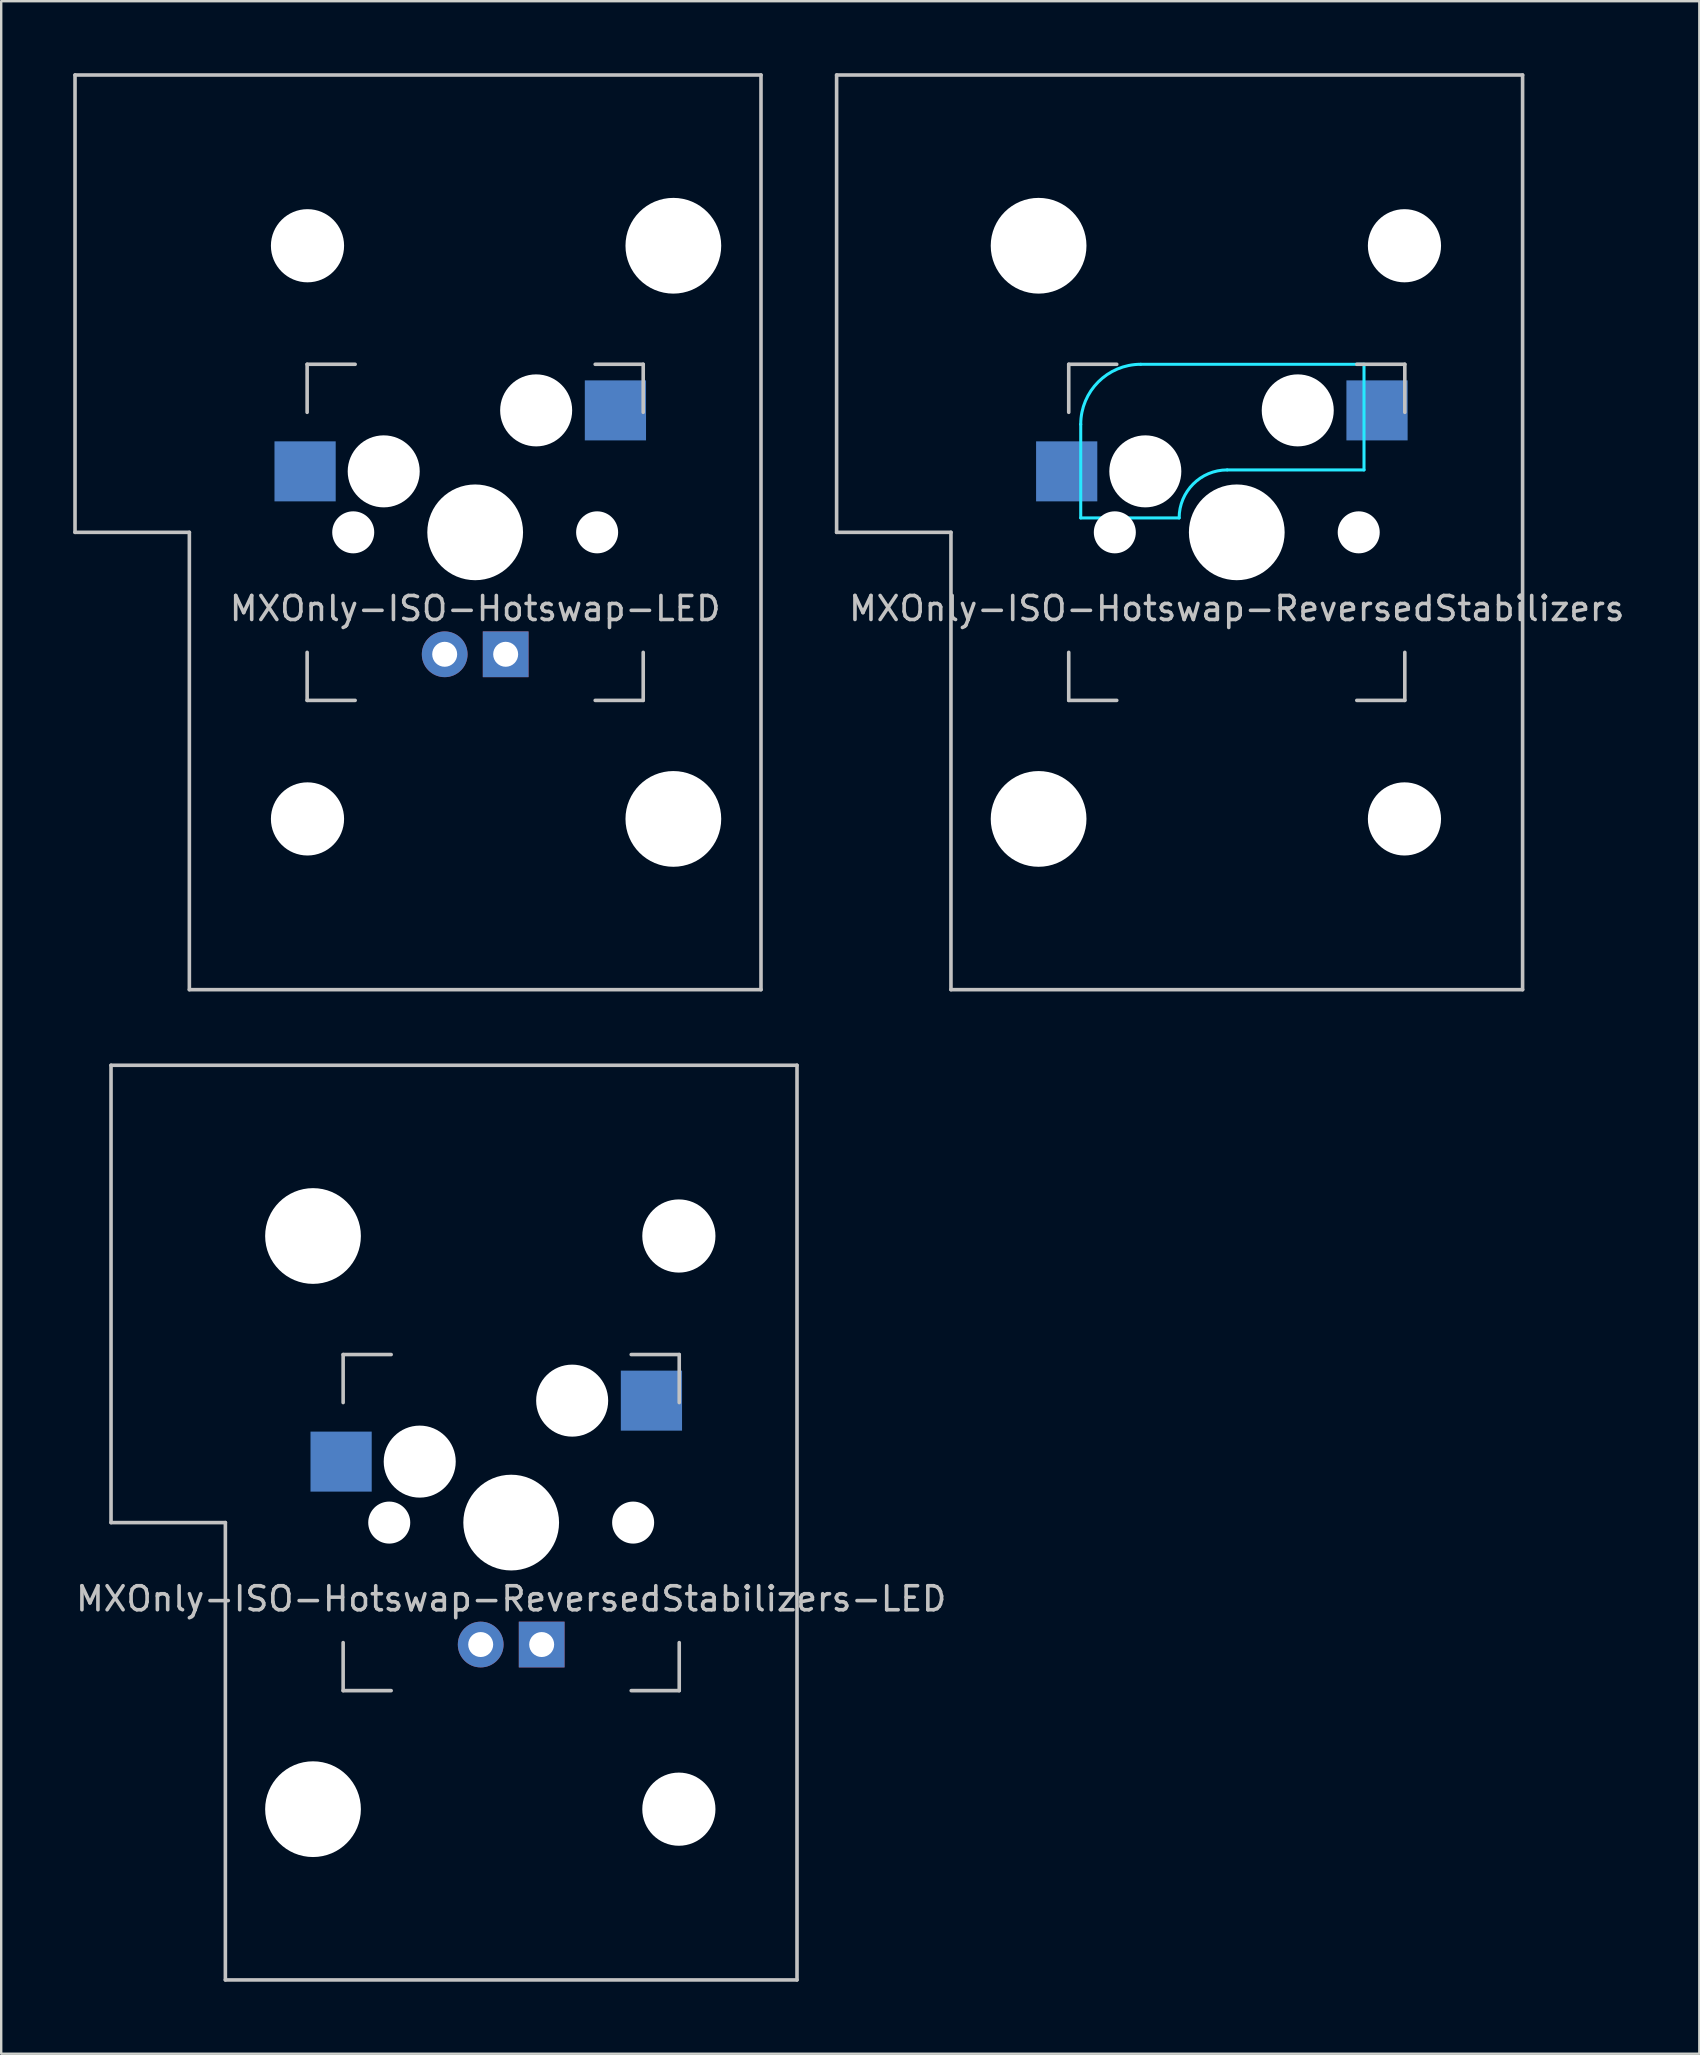
<source format=kicad_pcb>
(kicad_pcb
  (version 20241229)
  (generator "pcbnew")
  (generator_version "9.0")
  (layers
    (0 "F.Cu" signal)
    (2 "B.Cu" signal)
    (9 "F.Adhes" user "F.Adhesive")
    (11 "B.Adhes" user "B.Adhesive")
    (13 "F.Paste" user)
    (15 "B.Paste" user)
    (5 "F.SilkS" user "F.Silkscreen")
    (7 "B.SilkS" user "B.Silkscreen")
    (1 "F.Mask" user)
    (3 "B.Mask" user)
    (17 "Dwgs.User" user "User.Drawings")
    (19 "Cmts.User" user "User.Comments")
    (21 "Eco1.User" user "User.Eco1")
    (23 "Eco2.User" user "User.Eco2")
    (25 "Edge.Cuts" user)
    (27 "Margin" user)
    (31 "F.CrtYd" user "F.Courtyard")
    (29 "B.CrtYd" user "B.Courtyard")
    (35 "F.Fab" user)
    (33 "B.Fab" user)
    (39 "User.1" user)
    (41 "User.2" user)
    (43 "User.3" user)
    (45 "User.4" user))
  (footprint "MXOnly-ISO-Hotswap-LED"
    (layer "F.Cu")
    (at 16.744 19.125)
    (property "Reference" "MXOnly-ISO-Hotswap-LED" (at 0 3.175 0) (layer "Dwgs.User") (effects (font (size 1 1) (thickness 0.15))))
    (attr through_hole)
    (fp_line (start -16.669 -19.05) (end -16.669 0) (stroke (width 0.15) (type solid)) (layer "Dwgs.User"))
    (fp_line (start -16.669 -19.05) (end 11.906 -19.05) (stroke (width 0.15) (type solid)) (layer "Dwgs.User"))
    (fp_line (start -11.906 0) (end -16.669 0) (stroke (width 0.15) (type solid)) (layer "Dwgs.User"))
    (fp_line (start -11.906 19.05) (end -11.906 0) (stroke (width 0.15) (type solid)) (layer "Dwgs.User"))
    (fp_line (start -11.906 19.05) (end 11.906 19.05) (stroke (width 0.15) (type solid)) (layer "Dwgs.User"))
    (fp_line (start -7 -7) (end -7 -5) (stroke (width 0.15) (type solid)) (layer "Dwgs.User"))
    (fp_line (start -7 5) (end -7 7) (stroke (width 0.15) (type solid)) (layer "Dwgs.User"))
    (fp_line (start -7 7) (end -5 7) (stroke (width 0.15) (type solid)) (layer "Dwgs.User"))
    (fp_line (start -5 -7) (end -7 -7) (stroke (width 0.15) (type solid)) (layer "Dwgs.User"))
    (fp_line (start 5 -7) (end 7 -7) (stroke (width 0.15) (type solid)) (layer "Dwgs.User"))
    (fp_line (start 5 7) (end 7 7) (stroke (width 0.15) (type solid)) (layer "Dwgs.User"))
    (fp_line (start 7 -7) (end 7 -5) (stroke (width 0.15) (type solid)) (layer "Dwgs.User"))
    (fp_line (start 7 7) (end 7 5) (stroke (width 0.15) (type solid)) (layer "Dwgs.User"))
    (fp_line (start 11.906 -19.05) (end 11.906 19.05) (stroke (width 0.15) (type solid)) (layer "Dwgs.User"))
    (pad "" np_thru_hole circle (at -6.985 -11.938) (size 3.048 3.048) (drill 3.048) (layers "*.Cu" "*.Mask"))
    (pad "" np_thru_hole circle (at -6.985 11.938) (size 3.048 3.048) (drill 3.048) (layers "*.Cu" "*.Mask"))
    (pad "" np_thru_hole circle (at -5.08 0 48.1) (size 1.75 1.75) (drill 1.75) (layers "*.Cu" "*.Mask"))
    (pad "" np_thru_hole circle (at -3.81 -2.54) (size 3 3) (drill 3) (layers "*.Cu" "*.Mask"))
    (pad "" np_thru_hole circle (at 0 0) (size 3.988 3.988) (drill 3.988) (layers "*.Cu" "*.Mask"))
    (pad "" np_thru_hole circle (at 2.54 -5.08) (size 3 3) (drill 3) (layers "*.Cu" "*.Mask"))
    (pad "" np_thru_hole circle (at 5.08 0 48.1) (size 1.75 1.75) (drill 1.75) (layers "*.Cu" "*.Mask"))
    (pad "" np_thru_hole circle (at 8.255 -11.938) (size 3.988 3.988) (drill 3.988) (layers "*.Cu" "*.Mask"))
    (pad "" np_thru_hole circle (at 8.255 11.938) (size 3.988 3.988) (drill 3.988) (layers "*.Cu" "*.Mask"))
    (pad "1" smd rect (at -7.085 -2.54) (size 2.55 2.5) (layers "B.Cu" "B.Mask" "B.Paste"))
    (pad "2" smd rect (at 5.842 -5.08) (size 2.55 2.5) (layers "B.Cu" "B.Mask" "B.Paste"))
    (pad "3" thru_hole circle (at -1.27 5.08) (size 1.905 1.905) (drill 1.04) (layers "*.Cu" "B.Mask"))
    (pad "4" thru_hole rect (at 1.27 5.08) (size 1.905 1.905) (drill 1.04) (layers "*.Cu" "B.Mask")))
  (footprint "MXOnly-ISO-Hotswap-ReversedStabilizers-LED"
    (layer "F.Cu")
    (at 18.244 60.375)
    (property "Reference" "MXOnly-ISO-Hotswap-ReversedStabilizers-LED" (at 0 3.175 0) (layer "Dwgs.User") (effects (font (size 1 1) (thickness 0.15))))
    (attr through_hole)
    (fp_line (start -16.669 -19.05) (end -16.669 0) (stroke (width 0.15) (type solid)) (layer "Dwgs.User"))
    (fp_line (start -16.669 -19.05) (end 11.906 -19.05) (stroke (width 0.15) (type solid)) (layer "Dwgs.User"))
    (fp_line (start -11.906 0) (end -16.669 0) (stroke (width 0.15) (type solid)) (layer "Dwgs.User"))
    (fp_line (start -11.906 19.05) (end -11.906 0) (stroke (width 0.15) (type solid)) (layer "Dwgs.User"))
    (fp_line (start -11.906 19.05) (end 11.906 19.05) (stroke (width 0.15) (type solid)) (layer "Dwgs.User"))
    (fp_line (start -7 -7) (end -7 -5) (stroke (width 0.15) (type solid)) (layer "Dwgs.User"))
    (fp_line (start -7 5) (end -7 7) (stroke (width 0.15) (type solid)) (layer "Dwgs.User"))
    (fp_line (start -7 7) (end -5 7) (stroke (width 0.15) (type solid)) (layer "Dwgs.User"))
    (fp_line (start -5 -7) (end -7 -7) (stroke (width 0.15) (type solid)) (layer "Dwgs.User"))
    (fp_line (start 5 -7) (end 7 -7) (stroke (width 0.15) (type solid)) (layer "Dwgs.User"))
    (fp_line (start 5 7) (end 7 7) (stroke (width 0.15) (type solid)) (layer "Dwgs.User"))
    (fp_line (start 7 -7) (end 7 -5) (stroke (width 0.15) (type solid)) (layer "Dwgs.User"))
    (fp_line (start 7 7) (end 7 5) (stroke (width 0.15) (type solid)) (layer "Dwgs.User"))
    (fp_line (start 11.906 -19.05) (end 11.906 19.05) (stroke (width 0.15) (type solid)) (layer "Dwgs.User"))
    (pad "" np_thru_hole circle (at -8.255 -11.938) (size 3.988 3.988) (drill 3.988) (layers "*.Cu" "*.Mask"))
    (pad "" np_thru_hole circle (at -8.255 11.938) (size 3.988 3.988) (drill 3.988) (layers "*.Cu" "*.Mask"))
    (pad "" np_thru_hole circle (at -5.08 0 48.1) (size 1.75 1.75) (drill 1.75) (layers "*.Cu" "*.Mask"))
    (pad "" np_thru_hole circle (at -3.81 -2.54) (size 3 3) (drill 3) (layers "*.Cu" "*.Mask"))
    (pad "" np_thru_hole circle (at 0 0) (size 3.988 3.988) (drill 3.988) (layers "*.Cu" "*.Mask"))
    (pad "" np_thru_hole circle (at 2.54 -5.08) (size 3 3) (drill 3) (layers "*.Cu" "*.Mask"))
    (pad "" np_thru_hole circle (at 5.08 0 48.1) (size 1.75 1.75) (drill 1.75) (layers "*.Cu" "*.Mask"))
    (pad "" np_thru_hole circle (at 6.985 -11.938) (size 3.048 3.048) (drill 3.048) (layers "*.Cu" "*.Mask"))
    (pad "" np_thru_hole circle (at 6.985 11.938) (size 3.048 3.048) (drill 3.048) (layers "*.Cu" "*.Mask"))
    (pad "1" smd rect (at -7.085 -2.54) (size 2.55 2.5) (layers "B.Cu" "B.Mask" "B.Paste"))
    (pad "2" smd rect (at 5.842 -5.08) (size 2.55 2.5) (layers "B.Cu" "B.Mask" "B.Paste"))
    (pad "3" thru_hole circle (at -1.27 5.08) (size 1.905 1.905) (drill 1.04) (layers "*.Cu" "B.Mask"))
    (pad "4" thru_hole rect (at 1.27 5.08) (size 1.905 1.905) (drill 1.04) (layers "*.Cu" "B.Mask")))
  (footprint "MXOnly-ISO-Hotswap-ReversedStabilizers"
    (layer "F.Cu")
    (at 48.469 19.125)
    (property "Reference" "MXOnly-ISO-Hotswap-ReversedStabilizers" (at 0 3.175 0) (layer "Dwgs.User") (effects (font (size 1 1) (thickness 0.15))))
    (attr through_hole)
    (fp_line (start -16.669 -19.05) (end -16.669 0) (stroke (width 0.15) (type solid)) (layer "Dwgs.User"))
    (fp_line (start -16.669 -19.05) (end 11.906 -19.05) (stroke (width 0.15) (type solid)) (layer "Dwgs.User"))
    (fp_line (start -11.906 0) (end -16.669 0) (stroke (width 0.15) (type solid)) (layer "Dwgs.User"))
    (fp_line (start -11.906 19.05) (end -11.906 0) (stroke (width 0.15) (type solid)) (layer "Dwgs.User"))
    (fp_line (start -11.906 19.05) (end 11.906 19.05) (stroke (width 0.15) (type solid)) (layer "Dwgs.User"))
    (fp_line (start -7 -7) (end -7 -5) (stroke (width 0.15) (type solid)) (layer "Dwgs.User"))
    (fp_line (start -7 5) (end -7 7) (stroke (width 0.15) (type solid)) (layer "Dwgs.User"))
    (fp_line (start -7 7) (end -5 7) (stroke (width 0.15) (type solid)) (layer "Dwgs.User"))
    (fp_line (start -5 -7) (end -7 -7) (stroke (width 0.15) (type solid)) (layer "Dwgs.User"))
    (fp_line (start 5 -7) (end 7 -7) (stroke (width 0.15) (type solid)) (layer "Dwgs.User"))
    (fp_line (start 5 7) (end 7 7) (stroke (width 0.15) (type solid)) (layer "Dwgs.User"))
    (fp_line (start 7 -7) (end 7 -5) (stroke (width 0.15) (type solid)) (layer "Dwgs.User"))
    (fp_line (start 7 7) (end 7 5) (stroke (width 0.15) (type solid)) (layer "Dwgs.User"))
    (fp_line (start 11.906 -19.05) (end 11.906 19.05) (stroke (width 0.15) (type solid)) (layer "Dwgs.User"))
    (fp_line (start -6.5 -4.5) (end -6.5 -0.6) (stroke (width 0.127) (type solid)) (layer "B.CrtYd"))
    (fp_line (start -6.5 -0.6) (end -2.4 -0.6) (stroke (width 0.127) (type solid)) (layer "B.CrtYd"))
    (fp_line (start -0.4 -2.6) (end 5.3 -2.6) (stroke (width 0.127) (type solid)) (layer "B.CrtYd"))
    (fp_line (start 5.3 -7) (end -4 -7) (stroke (width 0.127) (type solid)) (layer "B.CrtYd"))
    (fp_line (start 5.3 -7) (end 5.3 -2.6) (stroke (width 0.127) (type solid)) (layer "B.CrtYd"))
    (fp_arc (start -6.5 -4.5) (mid -5.767767 -6.267767) (end -4 -7) (stroke (width 0.127) (type solid)) (layer "B.CrtYd"))
    (fp_arc (start -2.4 -0.6) (mid -1.814214 -2.014214) (end -0.4 -2.6) (stroke (width 0.127) (type solid)) (layer "B.CrtYd"))
    (pad "" np_thru_hole circle (at -8.255 -11.938) (size 3.988 3.988) (drill 3.988) (layers "*.Cu" "*.Mask"))
    (pad "" np_thru_hole circle (at -8.255 11.938) (size 3.988 3.988) (drill 3.988) (layers "*.Cu" "*.Mask"))
    (pad "" np_thru_hole circle (at -5.08 0 48.1) (size 1.75 1.75) (drill 1.75) (layers "*.Cu" "*.Mask"))
    (pad "" np_thru_hole circle (at -3.81 -2.54) (size 3 3) (drill 3) (layers "*.Cu" "*.Mask"))
    (pad "" np_thru_hole circle (at 0 0) (size 3.988 3.988) (drill 3.988) (layers "*.Cu" "*.Mask"))
    (pad "" np_thru_hole circle (at 2.54 -5.08) (size 3 3) (drill 3) (layers "*.Cu" "*.Mask"))
    (pad "" np_thru_hole circle (at 5.08 0 48.1) (size 1.75 1.75) (drill 1.75) (layers "*.Cu" "*.Mask"))
    (pad "" np_thru_hole circle (at 6.985 -11.938) (size 3.048 3.048) (drill 3.048) (layers "*.Cu" "*.Mask"))
    (pad "" np_thru_hole circle (at 6.985 11.938) (size 3.048 3.048) (drill 3.048) (layers "*.Cu" "*.Mask"))
    (pad "1" smd rect (at -7.085 -2.54) (size 2.55 2.5) (layers "B.Cu" "B.Mask" "B.Paste"))
    (pad "2" smd rect (at 5.842 -5.08) (size 2.55 2.5) (layers "B.Cu" "B.Mask" "B.Paste")))
  (gr_rect
    (start -3 -3)
    (end 67.737 82.5)
    (stroke (width 0.1) (type default))
    (fill no)
    (layer "Edge.Cuts")))
</source>
